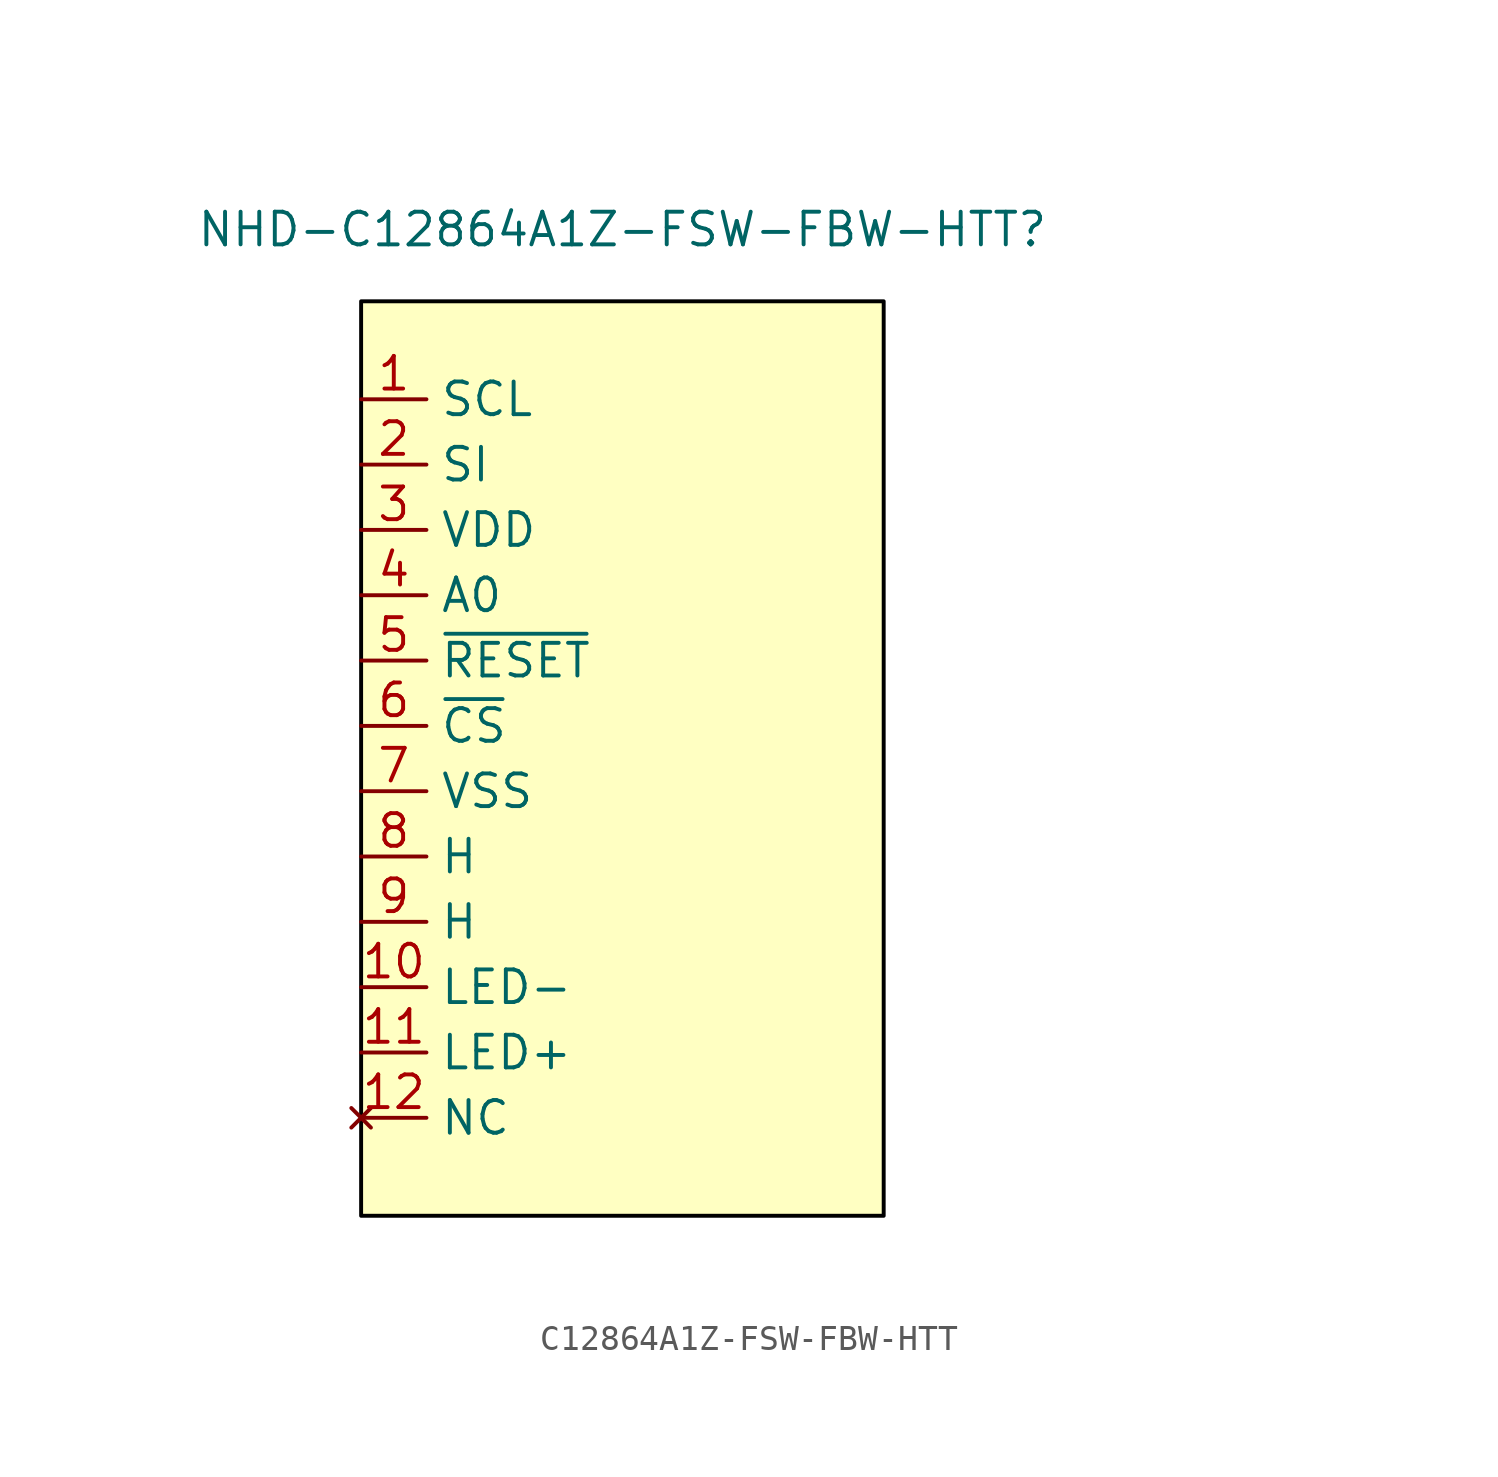
<source format=kicad_sym>
(kicad_symbol_lib
  (version 20231120)
  (generator "kicad_symbol_editor")
  (generator_version "8.0")
  (symbol "C12864A1Z-FSW-FBW-HTT"
    (property "Reference" "NHD-C12864A1Z-FSW-FBW-HTT"
      (at -40.64 73.914 0)
      (effects (font (size 1.27 1.27))))
    (property "Value" ""
      (at -14.986 68.072 0)
      (effects (font (size 1.27 1.27))))
    (symbol "C12864A1Z-FSW-FBW-HTT_1_1"
      (rectangle (start -50.8 71.12) (end -30.48 35.56) (stroke (width 0) (type default) (color 0 0 0 1)) (fill (type background)))
      (pin input line (at -50.8 67.31 0) (length 2.54) (name "SCL" (effects (font (size 1.27 1.27)))) (number "1" (effects (font (size 1.27 1.27)))))
      (pin power_in line (at -50.8 44.45 0) (length 2.54) (name "LED-" (effects (font (size 1.27 1.27)))) (number "10" (effects (font (size 1.27 1.27)))))
      (pin power_in line (at -50.8 41.91 0) (length 2.54) (name "LED+" (effects (font (size 1.27 1.27)))) (number "11" (effects (font (size 1.27 1.27)))))
      (pin no_connect line (at -50.8 39.37 0) (length 2.54) (name "NC" (effects (font (size 1.27 1.27)))) (number "12" (effects (font (size 1.27 1.27)))))
      (pin input line (at -50.8 64.77 0) (length 2.54) (name "SI" (effects (font (size 1.27 1.27)))) (number "2" (effects (font (size 1.27 1.27)))))
      (pin power_in line (at -50.8 62.23 0) (length 2.54) (name "VDD" (effects (font (size 1.27 1.27)))) (number "3" (effects (font (size 1.27 1.27)))))
      (pin input line (at -50.8 59.69 0) (length 2.54) (name "A0" (effects (font (size 1.27 1.27)))) (number "4" (effects (font (size 1.27 1.27)))))
      (pin input line (at -50.8 57.15 0) (length 2.54) (name "~{RESET}" (effects (font (size 1.27 1.27)))) (number "5" (effects (font (size 1.27 1.27)))))
      (pin input line (at -50.8 54.61 0) (length 2.54) (name "~{CS}" (effects (font (size 1.27 1.27)))) (number "6" (effects (font (size 1.27 1.27)))))
      (pin power_in line (at -50.8 52.07 0) (length 2.54) (name "VSS" (effects (font (size 1.27 1.27)))) (number "7" (effects (font (size 1.27 1.27)))))
      (pin power_in line (at -50.8 49.53 0) (length 2.54) (name "H" (effects (font (size 1.27 1.27)))) (number "8" (effects (font (size 1.27 1.27)))))
      (pin power_in line (at -50.8 46.99 0) (length 2.54) (name "H" (effects (font (size 1.27 1.27)))) (number "9" (effects (font (size 1.27 1.27))))))))
</source>
